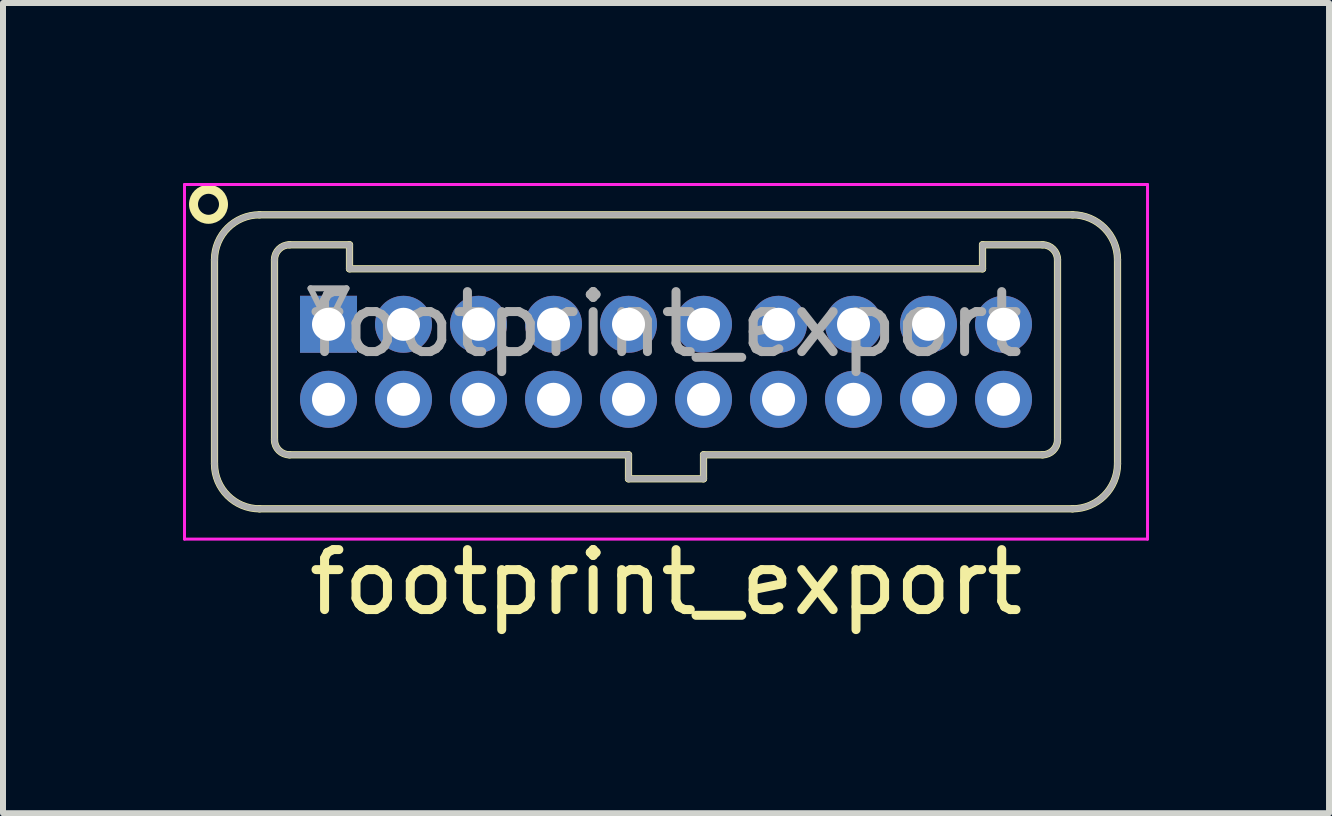
<source format=kicad_pcb>
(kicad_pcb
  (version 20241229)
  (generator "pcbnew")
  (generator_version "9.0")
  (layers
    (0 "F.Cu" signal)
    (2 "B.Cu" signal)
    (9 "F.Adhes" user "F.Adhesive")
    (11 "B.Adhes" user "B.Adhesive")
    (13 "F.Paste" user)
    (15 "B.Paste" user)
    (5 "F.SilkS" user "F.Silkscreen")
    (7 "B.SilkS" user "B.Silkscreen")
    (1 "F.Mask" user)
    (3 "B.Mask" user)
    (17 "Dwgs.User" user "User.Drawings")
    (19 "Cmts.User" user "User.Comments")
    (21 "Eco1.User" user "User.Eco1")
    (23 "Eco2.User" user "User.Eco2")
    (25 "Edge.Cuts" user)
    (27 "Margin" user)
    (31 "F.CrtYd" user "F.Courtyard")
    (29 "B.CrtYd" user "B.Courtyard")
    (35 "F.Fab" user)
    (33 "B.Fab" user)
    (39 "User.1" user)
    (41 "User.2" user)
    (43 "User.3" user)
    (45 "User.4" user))
  (footprint "footprint_export"
    (layer "F.Cu")
    (at 2.425 2.355)
    (property "Reference" "footprint_export" (at 5.625 4.3 0) (layer "F.SilkS") (effects (font (size 1 1) (thickness 0.15))))
    (attr through_hole)
    (fp_line (start -1.9 -1.075) (end -1.9 2.325) (stroke (width 0.12) (type solid)) (layer "F.SilkS"))
    (fp_line (start -1.15 -1.825) (end 12.4 -1.825) (stroke (width 0.12) (type solid)) (layer "F.SilkS"))
    (fp_line (start -1.15 3.075) (end 12.4 3.075) (stroke (width 0.12) (type solid)) (layer "F.SilkS"))
    (fp_line (start -0.9 -1.075) (end -0.9 1.925) (stroke (width 0.12) (type solid)) (layer "F.SilkS"))
    (fp_line (start -0.65 -1.325) (end 0.35 -1.325) (stroke (width 0.12) (type solid)) (layer "F.SilkS"))
    (fp_line (start -0.65 2.175) (end 5 2.175) (stroke (width 0.12) (type solid)) (layer "F.SilkS"))
    (fp_line (start 0.35 -1.325) (end 0.35 -0.925) (stroke (width 0.12) (type solid)) (layer "F.SilkS"))
    (fp_line (start 0.35 -0.925) (end 10.9 -0.925) (stroke (width 0.12) (type solid)) (layer "F.SilkS"))
    (fp_line (start 5 2.175) (end 5 2.575) (stroke (width 0.12) (type solid)) (layer "F.SilkS"))
    (fp_line (start 5 2.575) (end 6.25 2.575) (stroke (width 0.12) (type solid)) (layer "F.SilkS"))
    (fp_line (start 6.25 2.175) (end 11.9 2.175) (stroke (width 0.12) (type solid)) (layer "F.SilkS"))
    (fp_line (start 6.25 2.575) (end 6.25 2.175) (stroke (width 0.12) (type solid)) (layer "F.SilkS"))
    (fp_line (start 10.9 -1.325) (end 11.9 -1.325) (stroke (width 0.12) (type solid)) (layer "F.SilkS"))
    (fp_line (start 10.9 -0.925) (end 10.9 -1.325) (stroke (width 0.12) (type solid)) (layer "F.SilkS"))
    (fp_line (start 12.15 -1.075) (end 12.15 1.925) (stroke (width 0.12) (type solid)) (layer "F.SilkS"))
    (fp_line (start 13.15 -1.075) (end 13.15 2.325) (stroke (width 0.12) (type solid)) (layer "F.SilkS"))
    (fp_arc (start -1.9 -1.075) (mid -1.68033 -1.60533) (end -1.15 -1.825) (stroke (width 0.12) (type solid)) (layer "F.SilkS"))
    (fp_arc (start -1.15 3.075) (mid -1.68033 2.85533) (end -1.9 2.325) (stroke (width 0.12) (type solid)) (layer "F.SilkS"))
    (fp_arc (start -0.9 -1.075) (mid -0.826777 -1.251777) (end -0.65 -1.325) (stroke (width 0.12) (type solid)) (layer "F.SilkS"))
    (fp_arc (start -0.65 2.175) (mid -0.826777 2.101777) (end -0.9 1.925) (stroke (width 0.12) (type solid)) (layer "F.SilkS"))
    (fp_arc (start 11.9 -1.325) (mid 12.076777 -1.251777) (end 12.15 -1.075) (stroke (width 0.12) (type solid)) (layer "F.SilkS"))
    (fp_arc (start 12.15 1.925) (mid 12.076777 2.101777) (end 11.9 2.175) (stroke (width 0.12) (type solid)) (layer "F.SilkS"))
    (fp_arc (start 12.4 -1.825) (mid 12.93033 -1.60533) (end 13.15 -1.075) (stroke (width 0.12) (type solid)) (layer "F.SilkS"))
    (fp_arc (start 13.15 2.325) (mid 12.93033 2.85533) (end 12.4 3.075) (stroke (width 0.12) (type solid)) (layer "F.SilkS"))
    (fp_circle (center -2 -2) (end -1.75 -2) (stroke (width 0.15) (type solid)) (fill no) (layer "F.SilkS"))
    (fp_line (start -2.4 -2.33) (end -2.4 3.58) (stroke (width 0.05) (type solid)) (layer "F.CrtYd"))
    (fp_line (start -2.4 3.58) (end 13.65 3.58) (stroke (width 0.05) (type solid)) (layer "F.CrtYd"))
    (fp_line (start 13.65 -2.33) (end -2.4 -2.33) (stroke (width 0.05) (type solid)) (layer "F.CrtYd"))
    (fp_line (start 13.65 3.58) (end 13.65 -2.33) (stroke (width 0.05) (type solid)) (layer "F.CrtYd"))
    (fp_line (start -1.9 -1.075) (end -1.9 2.325) (stroke (width 0.1) (type solid)) (layer "F.Fab"))
    (fp_line (start -1.15 -1.825) (end 12.4 -1.825) (stroke (width 0.1) (type solid)) (layer "F.Fab"))
    (fp_line (start -1.15 3.075) (end 12.4 3.075) (stroke (width 0.1) (type solid)) (layer "F.Fab"))
    (fp_line (start -0.9 -1.075) (end -0.9 1.925) (stroke (width 0.1) (type solid)) (layer "F.Fab"))
    (fp_line (start -0.65 -1.325) (end 0.35 -1.325) (stroke (width 0.1) (type solid)) (layer "F.Fab"))
    (fp_line (start -0.65 2.175) (end 5 2.175) (stroke (width 0.1) (type solid)) (layer "F.Fab"))
    (fp_line (start -0.3 -0.6) (end 0.3 -0.6) (stroke (width 0.1) (type solid)) (layer "F.Fab"))
    (fp_line (start 0 0) (end -0.3 -0.6) (stroke (width 0.1) (type solid)) (layer "F.Fab"))
    (fp_line (start 0.3 -0.6) (end 0 0) (stroke (width 0.1) (type solid)) (layer "F.Fab"))
    (fp_line (start 0.35 -1.325) (end 0.35 -0.925) (stroke (width 0.1) (type solid)) (layer "F.Fab"))
    (fp_line (start 0.35 -0.925) (end 10.9 -0.925) (stroke (width 0.1) (type solid)) (layer "F.Fab"))
    (fp_line (start 5 2.175) (end 5 2.575) (stroke (width 0.1) (type solid)) (layer "F.Fab"))
    (fp_line (start 5 2.575) (end 6.25 2.575) (stroke (width 0.1) (type solid)) (layer "F.Fab"))
    (fp_line (start 6.25 2.175) (end 11.9 2.175) (stroke (width 0.1) (type solid)) (layer "F.Fab"))
    (fp_line (start 6.25 2.575) (end 6.25 2.175) (stroke (width 0.1) (type solid)) (layer "F.Fab"))
    (fp_line (start 10.9 -1.325) (end 11.9 -1.325) (stroke (width 0.1) (type solid)) (layer "F.Fab"))
    (fp_line (start 10.9 -0.925) (end 10.9 -1.325) (stroke (width 0.1) (type solid)) (layer "F.Fab"))
    (fp_line (start 12.15 -1.075) (end 12.15 1.925) (stroke (width 0.1) (type solid)) (layer "F.Fab"))
    (fp_line (start 13.15 -1.075) (end 13.15 2.325) (stroke (width 0.1) (type solid)) (layer "F.Fab"))
    (fp_arc (start -1.9 -1.075) (mid -1.68033 -1.60533) (end -1.15 -1.825) (stroke (width 0.1) (type solid)) (layer "F.Fab"))
    (fp_arc (start -1.15 3.075) (mid -1.68033 2.85533) (end -1.9 2.325) (stroke (width 0.1) (type solid)) (layer "F.Fab"))
    (fp_arc (start -0.9 -1.075) (mid -0.826777 -1.251777) (end -0.65 -1.325) (stroke (width 0.1) (type solid)) (layer "F.Fab"))
    (fp_arc (start -0.65 2.175) (mid -0.826777 2.101777) (end -0.9 1.925) (stroke (width 0.1) (type solid)) (layer "F.Fab"))
    (fp_arc (start 11.9 -1.325) (mid 12.076777 -1.251777) (end 12.15 -1.075) (stroke (width 0.1) (type solid)) (layer "F.Fab"))
    (fp_arc (start 12.15 1.925) (mid 12.076777 2.101777) (end 11.9 2.175) (stroke (width 0.1) (type solid)) (layer "F.Fab"))
    (fp_arc (start 12.4 -1.825) (mid 12.93033 -1.60533) (end 13.15 -1.075) (stroke (width 0.1) (type solid)) (layer "F.Fab"))
    (fp_arc (start 13.15 2.325) (mid 12.93033 2.85533) (end 12.4 3.075) (stroke (width 0.1) (type solid)) (layer "F.Fab"))
    (fp_text user "${REFERENCE}" (at 5.625 0 0) (layer "F.Fab") (effects (font (size 1 1) (thickness 0.15))))
    (pad "1" thru_hole rect (at 0 0) (size 0.95 0.95) (drill 0.55) (layers "*.Cu" "*.Mask"))
    (pad "2" thru_hole circle (at 0 1.25) (size 0.95 0.95) (drill 0.55) (layers "*.Cu" "*.Mask"))
    (pad "3" thru_hole circle (at 1.25 0) (size 0.95 0.95) (drill 0.55) (layers "*.Cu" "*.Mask"))
    (pad "4" thru_hole circle (at 1.25 1.25) (size 0.95 0.95) (drill 0.55) (layers "*.Cu" "*.Mask"))
    (pad "5" thru_hole circle (at 2.5 0) (size 0.95 0.95) (drill 0.55) (layers "*.Cu" "*.Mask"))
    (pad "6" thru_hole circle (at 2.5 1.25) (size 0.95 0.95) (drill 0.55) (layers "*.Cu" "*.Mask"))
    (pad "7" thru_hole circle (at 3.75 0) (size 0.95 0.95) (drill 0.55) (layers "*.Cu" "*.Mask"))
    (pad "8" thru_hole circle (at 3.75 1.25) (size 0.95 0.95) (drill 0.55) (layers "*.Cu" "*.Mask"))
    (pad "9" thru_hole circle (at 5 0) (size 0.95 0.95) (drill 0.55) (layers "*.Cu" "*.Mask"))
    (pad "10" thru_hole circle (at 5 1.25) (size 0.95 0.95) (drill 0.55) (layers "*.Cu" "*.Mask"))
    (pad "11" thru_hole circle (at 6.25 0) (size 0.95 0.95) (drill 0.55) (layers "*.Cu" "*.Mask"))
    (pad "12" thru_hole circle (at 6.25 1.25) (size 0.95 0.95) (drill 0.55) (layers "*.Cu" "*.Mask"))
    (pad "13" thru_hole circle (at 7.5 0) (size 0.95 0.95) (drill 0.55) (layers "*.Cu" "*.Mask"))
    (pad "14" thru_hole circle (at 7.5 1.25) (size 0.95 0.95) (drill 0.55) (layers "*.Cu" "*.Mask"))
    (pad "15" thru_hole circle (at 8.75 0) (size 0.95 0.95) (drill 0.55) (layers "*.Cu" "*.Mask"))
    (pad "16" thru_hole circle (at 8.75 1.25) (size 0.95 0.95) (drill 0.55) (layers "*.Cu" "*.Mask"))
    (pad "17" thru_hole circle (at 10 0) (size 0.95 0.95) (drill 0.55) (layers "*.Cu" "*.Mask"))
    (pad "18" thru_hole circle (at 10 1.25) (size 0.95 0.95) (drill 0.55) (layers "*.Cu" "*.Mask"))
    (pad "19" thru_hole circle (at 11.25 0) (size 0.95 0.95) (drill 0.55) (layers "*.Cu" "*.Mask"))
    (pad "20" thru_hole circle (at 11.25 1.25) (size 0.95 0.95) (drill 0.55) (layers "*.Cu" "*.Mask")))
  (gr_rect
    (start -3 -3)
    (end 19.1 10.503)
    (stroke (width 0.1) (type default))
    (fill no)
    (layer "Edge.Cuts")))
</source>
